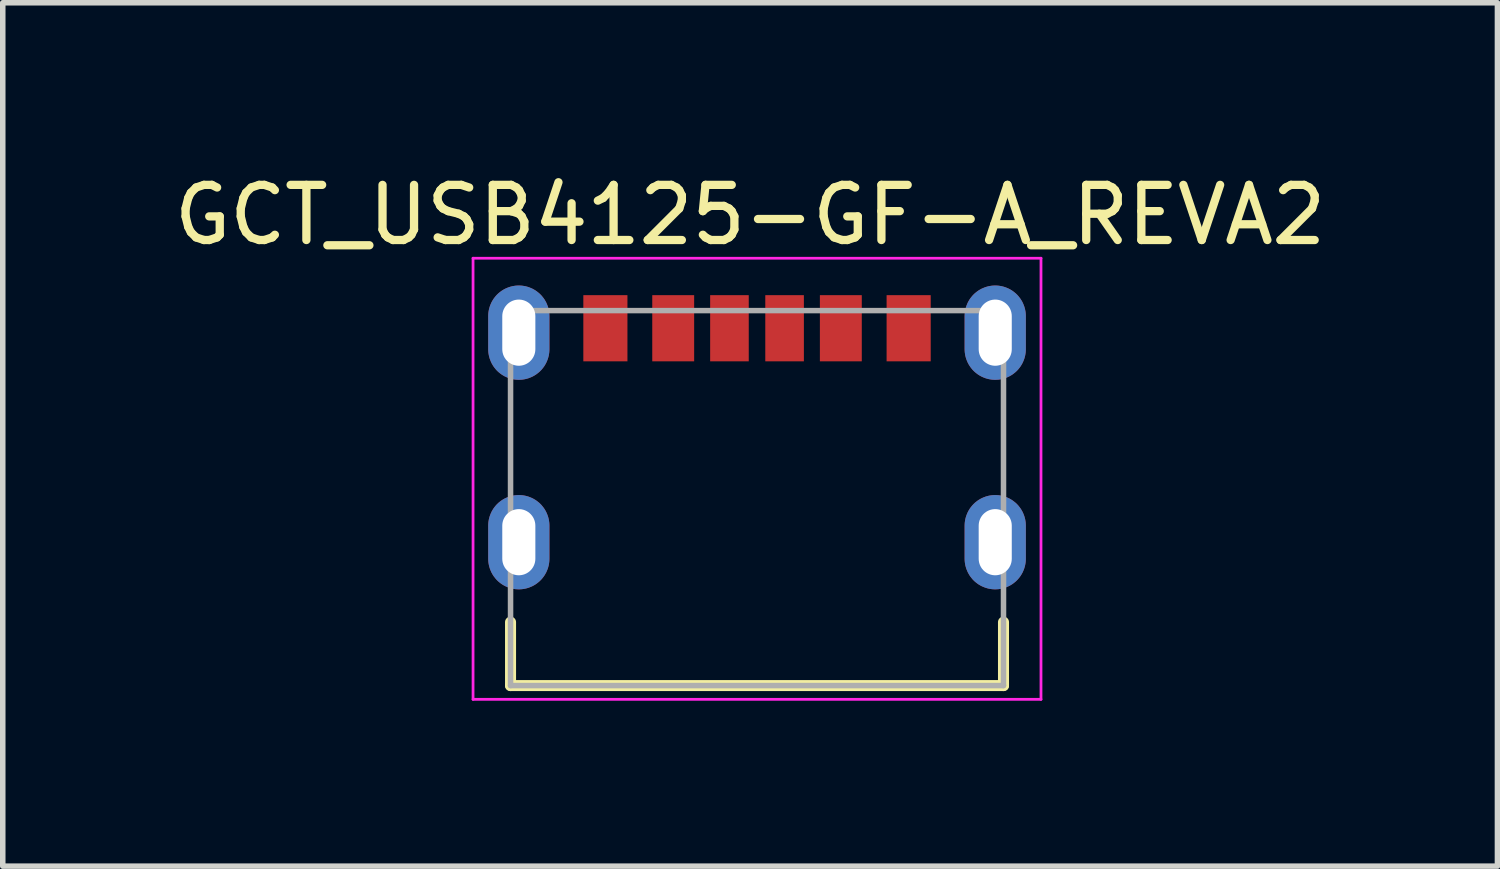
<source format=kicad_pcb>
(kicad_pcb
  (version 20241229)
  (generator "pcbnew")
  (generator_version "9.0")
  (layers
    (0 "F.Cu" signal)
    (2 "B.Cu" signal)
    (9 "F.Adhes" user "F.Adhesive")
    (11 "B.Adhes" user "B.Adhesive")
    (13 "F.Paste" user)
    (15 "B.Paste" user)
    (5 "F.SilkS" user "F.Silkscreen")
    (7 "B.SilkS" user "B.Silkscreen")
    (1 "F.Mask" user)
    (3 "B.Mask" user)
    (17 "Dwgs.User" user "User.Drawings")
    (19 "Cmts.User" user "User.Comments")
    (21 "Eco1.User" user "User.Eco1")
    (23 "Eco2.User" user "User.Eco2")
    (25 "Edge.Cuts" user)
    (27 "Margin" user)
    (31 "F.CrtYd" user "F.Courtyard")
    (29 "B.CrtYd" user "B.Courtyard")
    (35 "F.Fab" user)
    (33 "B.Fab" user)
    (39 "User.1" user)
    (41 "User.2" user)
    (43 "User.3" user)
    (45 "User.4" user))
  (footprint "GCT_USB4125-GF-A_REVA2"
    (layer "F.Cu")
    (at 10.679 5.983)
    (property "Reference" "GCT_USB4125-GF-A_REVA2" (at -0.125 -5.135 0) (layer "F.SilkS") (effects (font (size 1 1) (thickness 0.15))))
    (attr smd)
    (fp_poly (pts (xy -4.32 -3.95) (xy -4.354 -3.949) (xy -4.388 -3.946) (xy -4.422 -3.942) (xy -4.455 -3.936) (xy -4.488 -3.928) (xy -4.521 -3.918) (xy -4.553 -3.907) (xy -4.584 -3.894) (xy -4.615 -3.879) (xy -4.645 -3.863) (xy -4.674 -3.845) (xy -4.702 -3.826) (xy -4.729 -3.805) (xy -4.755 -3.783) (xy -4.78 -3.76) (xy -4.803 -3.735) (xy -4.825 -3.709) (xy -4.846 -3.682) (xy -4.865 -3.654) (xy -4.883 -3.625) (xy -4.899 -3.595) (xy -4.914 -3.564) (xy -4.927 -3.533) (xy -4.938 -3.501) (xy -4.948 -3.468) (xy -4.956 -3.435) (xy -4.962 -3.402) (xy -4.966 -3.368) (xy -4.969 -3.334) (xy -4.97 -3.3) (xy -4.97 -2.7) (xy -4.969 -2.666) (xy -4.966 -2.632) (xy -4.962 -2.598) (xy -4.956 -2.565) (xy -4.948 -2.532) (xy -4.938 -2.499) (xy -4.927 -2.467) (xy -4.914 -2.436) (xy -4.899 -2.405) (xy -4.883 -2.375) (xy -4.865 -2.346) (xy -4.846 -2.318) (xy -4.825 -2.291) (xy -4.803 -2.265) (xy -4.78 -2.24) (xy -4.755 -2.217) (xy -4.729 -2.195) (xy -4.702 -2.174) (xy -4.674 -2.155) (xy -4.645 -2.137) (xy -4.615 -2.121) (xy -4.584 -2.106) (xy -4.553 -2.093) (xy -4.521 -2.082) (xy -4.488 -2.072) (xy -4.455 -2.064) (xy -4.422 -2.058) (xy -4.388 -2.054) (xy -4.354 -2.051) (xy -4.32 -2.05) (xy -4.286 -2.051) (xy -4.252 -2.054) (xy -4.218 -2.058) (xy -4.185 -2.064) (xy -4.152 -2.072) (xy -4.119 -2.082) (xy -4.087 -2.093) (xy -4.056 -2.106) (xy -4.025 -2.121) (xy -3.995 -2.137) (xy -3.966 -2.155) (xy -3.938 -2.174) (xy -3.911 -2.195) (xy -3.885 -2.217) (xy -3.86 -2.24) (xy -3.837 -2.265) (xy -3.815 -2.291) (xy -3.794 -2.318) (xy -3.775 -2.346) (xy -3.757 -2.375) (xy -3.741 -2.405) (xy -3.726 -2.436) (xy -3.713 -2.467) (xy -3.702 -2.499) (xy -3.692 -2.532) (xy -3.684 -2.565) (xy -3.678 -2.598) (xy -3.674 -2.632) (xy -3.671 -2.666) (xy -3.67 -2.7) (xy -3.67 -3.3) (xy -3.671 -3.334) (xy -3.674 -3.368) (xy -3.678 -3.402) (xy -3.684 -3.435) (xy -3.692 -3.468) (xy -3.702 -3.501) (xy -3.713 -3.533) (xy -3.726 -3.564) (xy -3.741 -3.595) (xy -3.757 -3.625) (xy -3.775 -3.654) (xy -3.794 -3.682) (xy -3.815 -3.709) (xy -3.837 -3.735) (xy -3.86 -3.76) (xy -3.885 -3.783) (xy -3.911 -3.805) (xy -3.938 -3.826) (xy -3.966 -3.845) (xy -3.995 -3.863) (xy -4.025 -3.879) (xy -4.056 -3.894) (xy -4.087 -3.907) (xy -4.119 -3.918) (xy -4.152 -3.928) (xy -4.185 -3.936) (xy -4.218 -3.942) (xy -4.252 -3.946) (xy -4.286 -3.949) (xy -4.32 -3.95)) (stroke (width 0.01) (type solid)) (fill yes) (layer "F.Mask"))
    (fp_poly (pts (xy -4.32 -0.15) (xy -4.354 -0.149) (xy -4.388 -0.146) (xy -4.422 -0.142) (xy -4.455 -0.136) (xy -4.488 -0.128) (xy -4.521 -0.118) (xy -4.553 -0.107) (xy -4.584 -0.094) (xy -4.615 -0.079) (xy -4.645 -0.063) (xy -4.674 -0.045) (xy -4.702 -0.026) (xy -4.729 -0.005) (xy -4.755 0.017) (xy -4.78 0.04) (xy -4.803 0.065) (xy -4.825 0.091) (xy -4.846 0.118) (xy -4.865 0.146) (xy -4.883 0.175) (xy -4.899 0.205) (xy -4.914 0.236) (xy -4.927 0.267) (xy -4.938 0.299) (xy -4.948 0.332) (xy -4.956 0.365) (xy -4.962 0.398) (xy -4.966 0.432) (xy -4.969 0.466) (xy -4.97 0.5) (xy -4.97 1.1) (xy -4.969 1.134) (xy -4.966 1.168) (xy -4.962 1.202) (xy -4.956 1.235) (xy -4.948 1.268) (xy -4.938 1.301) (xy -4.927 1.333) (xy -4.914 1.364) (xy -4.899 1.395) (xy -4.883 1.425) (xy -4.865 1.454) (xy -4.846 1.482) (xy -4.825 1.509) (xy -4.803 1.535) (xy -4.78 1.56) (xy -4.755 1.583) (xy -4.729 1.605) (xy -4.702 1.626) (xy -4.674 1.645) (xy -4.645 1.663) (xy -4.615 1.679) (xy -4.584 1.694) (xy -4.553 1.707) (xy -4.521 1.718) (xy -4.488 1.728) (xy -4.455 1.736) (xy -4.422 1.742) (xy -4.388 1.746) (xy -4.354 1.749) (xy -4.32 1.75) (xy -4.286 1.749) (xy -4.252 1.746) (xy -4.218 1.742) (xy -4.185 1.736) (xy -4.152 1.728) (xy -4.119 1.718) (xy -4.087 1.707) (xy -4.056 1.694) (xy -4.025 1.679) (xy -3.995 1.663) (xy -3.966 1.645) (xy -3.938 1.626) (xy -3.911 1.605) (xy -3.885 1.583) (xy -3.86 1.56) (xy -3.837 1.535) (xy -3.815 1.509) (xy -3.794 1.482) (xy -3.775 1.454) (xy -3.757 1.425) (xy -3.741 1.395) (xy -3.726 1.364) (xy -3.713 1.333) (xy -3.702 1.301) (xy -3.692 1.268) (xy -3.684 1.235) (xy -3.678 1.202) (xy -3.674 1.168) (xy -3.671 1.134) (xy -3.67 1.1) (xy -3.67 0.5) (xy -3.671 0.466) (xy -3.674 0.432) (xy -3.678 0.398) (xy -3.684 0.365) (xy -3.692 0.332) (xy -3.702 0.299) (xy -3.713 0.267) (xy -3.726 0.236) (xy -3.741 0.205) (xy -3.757 0.175) (xy -3.775 0.146) (xy -3.794 0.118) (xy -3.815 0.091) (xy -3.837 0.065) (xy -3.86 0.04) (xy -3.885 0.017) (xy -3.911 -0.005) (xy -3.938 -0.026) (xy -3.966 -0.045) (xy -3.995 -0.063) (xy -4.025 -0.079) (xy -4.056 -0.094) (xy -4.087 -0.107) (xy -4.119 -0.118) (xy -4.152 -0.128) (xy -4.185 -0.136) (xy -4.218 -0.142) (xy -4.252 -0.146) (xy -4.286 -0.149) (xy -4.32 -0.15)) (stroke (width 0.01) (type solid)) (fill yes) (layer "F.Mask"))
    (fp_poly (pts (xy 4.32 -3.95) (xy 4.286 -3.949) (xy 4.252 -3.946) (xy 4.218 -3.942) (xy 4.185 -3.936) (xy 4.152 -3.928) (xy 4.119 -3.918) (xy 4.087 -3.907) (xy 4.056 -3.894) (xy 4.025 -3.879) (xy 3.995 -3.863) (xy 3.966 -3.845) (xy 3.938 -3.826) (xy 3.911 -3.805) (xy 3.885 -3.783) (xy 3.86 -3.76) (xy 3.837 -3.735) (xy 3.815 -3.709) (xy 3.794 -3.682) (xy 3.775 -3.654) (xy 3.757 -3.625) (xy 3.741 -3.595) (xy 3.726 -3.564) (xy 3.713 -3.533) (xy 3.702 -3.501) (xy 3.692 -3.468) (xy 3.684 -3.435) (xy 3.678 -3.402) (xy 3.674 -3.368) (xy 3.671 -3.334) (xy 3.67 -3.3) (xy 3.67 -2.7) (xy 3.671 -2.666) (xy 3.674 -2.632) (xy 3.678 -2.598) (xy 3.684 -2.565) (xy 3.692 -2.532) (xy 3.702 -2.499) (xy 3.713 -2.467) (xy 3.726 -2.436) (xy 3.741 -2.405) (xy 3.757 -2.375) (xy 3.775 -2.346) (xy 3.794 -2.318) (xy 3.815 -2.291) (xy 3.837 -2.265) (xy 3.86 -2.24) (xy 3.885 -2.217) (xy 3.911 -2.195) (xy 3.938 -2.174) (xy 3.966 -2.155) (xy 3.995 -2.137) (xy 4.025 -2.121) (xy 4.056 -2.106) (xy 4.087 -2.093) (xy 4.119 -2.082) (xy 4.152 -2.072) (xy 4.185 -2.064) (xy 4.218 -2.058) (xy 4.252 -2.054) (xy 4.286 -2.051) (xy 4.32 -2.05) (xy 4.354 -2.051) (xy 4.388 -2.054) (xy 4.422 -2.058) (xy 4.455 -2.064) (xy 4.488 -2.072) (xy 4.521 -2.082) (xy 4.553 -2.093) (xy 4.584 -2.106) (xy 4.615 -2.121) (xy 4.645 -2.137) (xy 4.674 -2.155) (xy 4.702 -2.174) (xy 4.729 -2.195) (xy 4.755 -2.217) (xy 4.78 -2.24) (xy 4.803 -2.265) (xy 4.825 -2.291) (xy 4.846 -2.318) (xy 4.865 -2.346) (xy 4.883 -2.375) (xy 4.899 -2.405) (xy 4.914 -2.436) (xy 4.927 -2.467) (xy 4.938 -2.499) (xy 4.948 -2.532) (xy 4.956 -2.565) (xy 4.962 -2.598) (xy 4.966 -2.632) (xy 4.969 -2.666) (xy 4.97 -2.7) (xy 4.97 -3.3) (xy 4.969 -3.334) (xy 4.966 -3.368) (xy 4.962 -3.402) (xy 4.956 -3.435) (xy 4.948 -3.468) (xy 4.938 -3.501) (xy 4.927 -3.533) (xy 4.914 -3.564) (xy 4.899 -3.595) (xy 4.883 -3.625) (xy 4.865 -3.654) (xy 4.846 -3.682) (xy 4.825 -3.709) (xy 4.803 -3.735) (xy 4.78 -3.76) (xy 4.755 -3.783) (xy 4.729 -3.805) (xy 4.702 -3.826) (xy 4.674 -3.845) (xy 4.645 -3.863) (xy 4.615 -3.879) (xy 4.584 -3.894) (xy 4.553 -3.907) (xy 4.521 -3.918) (xy 4.488 -3.928) (xy 4.455 -3.936) (xy 4.422 -3.942) (xy 4.388 -3.946) (xy 4.354 -3.949) (xy 4.32 -3.95)) (stroke (width 0.01) (type solid)) (fill yes) (layer "F.Mask"))
    (fp_poly (pts (xy 4.32 -0.15) (xy 4.286 -0.149) (xy 4.252 -0.146) (xy 4.218 -0.142) (xy 4.185 -0.136) (xy 4.152 -0.128) (xy 4.119 -0.118) (xy 4.087 -0.107) (xy 4.056 -0.094) (xy 4.025 -0.079) (xy 3.995 -0.063) (xy 3.966 -0.045) (xy 3.938 -0.026) (xy 3.911 -0.005) (xy 3.885 0.017) (xy 3.86 0.04) (xy 3.837 0.065) (xy 3.815 0.091) (xy 3.794 0.118) (xy 3.775 0.146) (xy 3.757 0.175) (xy 3.741 0.205) (xy 3.726 0.236) (xy 3.713 0.267) (xy 3.702 0.299) (xy 3.692 0.332) (xy 3.684 0.365) (xy 3.678 0.398) (xy 3.674 0.432) (xy 3.671 0.466) (xy 3.67 0.5) (xy 3.67 1.1) (xy 3.671 1.134) (xy 3.674 1.168) (xy 3.678 1.202) (xy 3.684 1.235) (xy 3.692 1.268) (xy 3.702 1.301) (xy 3.713 1.333) (xy 3.726 1.364) (xy 3.741 1.395) (xy 3.757 1.425) (xy 3.775 1.454) (xy 3.794 1.482) (xy 3.815 1.509) (xy 3.837 1.535) (xy 3.86 1.56) (xy 3.885 1.583) (xy 3.911 1.605) (xy 3.938 1.626) (xy 3.966 1.645) (xy 3.995 1.663) (xy 4.025 1.679) (xy 4.056 1.694) (xy 4.087 1.707) (xy 4.119 1.718) (xy 4.152 1.728) (xy 4.185 1.736) (xy 4.218 1.742) (xy 4.252 1.746) (xy 4.286 1.749) (xy 4.32 1.75) (xy 4.354 1.749) (xy 4.388 1.746) (xy 4.422 1.742) (xy 4.455 1.736) (xy 4.488 1.728) (xy 4.521 1.718) (xy 4.553 1.707) (xy 4.584 1.694) (xy 4.615 1.679) (xy 4.645 1.663) (xy 4.674 1.645) (xy 4.702 1.626) (xy 4.729 1.605) (xy 4.755 1.583) (xy 4.78 1.56) (xy 4.803 1.535) (xy 4.825 1.509) (xy 4.846 1.482) (xy 4.865 1.454) (xy 4.883 1.425) (xy 4.899 1.395) (xy 4.914 1.364) (xy 4.927 1.333) (xy 4.938 1.301) (xy 4.948 1.268) (xy 4.956 1.235) (xy 4.962 1.202) (xy 4.966 1.168) (xy 4.969 1.134) (xy 4.97 1.1) (xy 4.97 0.5) (xy 4.969 0.466) (xy 4.966 0.432) (xy 4.962 0.398) (xy 4.956 0.365) (xy 4.948 0.332) (xy 4.938 0.299) (xy 4.927 0.267) (xy 4.914 0.236) (xy 4.899 0.205) (xy 4.883 0.175) (xy 4.865 0.146) (xy 4.846 0.118) (xy 4.825 0.091) (xy 4.803 0.065) (xy 4.78 0.04) (xy 4.755 0.017) (xy 4.729 -0.005) (xy 4.702 -0.026) (xy 4.674 -0.045) (xy 4.645 -0.063) (xy 4.615 -0.079) (xy 4.584 -0.094) (xy 4.553 -0.107) (xy 4.521 -0.118) (xy 4.488 -0.128) (xy 4.455 -0.136) (xy 4.422 -0.142) (xy 4.388 -0.146) (xy 4.354 -0.149) (xy 4.32 -0.15)) (stroke (width 0.01) (type solid)) (fill yes) (layer "F.Mask"))
    (fp_poly (pts (xy -4.32 -3.95) (xy -4.354 -3.949) (xy -4.388 -3.946) (xy -4.422 -3.942) (xy -4.455 -3.936) (xy -4.488 -3.928) (xy -4.521 -3.918) (xy -4.553 -3.907) (xy -4.584 -3.894) (xy -4.615 -3.879) (xy -4.645 -3.863) (xy -4.674 -3.845) (xy -4.702 -3.826) (xy -4.729 -3.805) (xy -4.755 -3.783) (xy -4.78 -3.76) (xy -4.803 -3.735) (xy -4.825 -3.709) (xy -4.846 -3.682) (xy -4.865 -3.654) (xy -4.883 -3.625) (xy -4.899 -3.595) (xy -4.914 -3.564) (xy -4.927 -3.533) (xy -4.938 -3.501) (xy -4.948 -3.468) (xy -4.956 -3.435) (xy -4.962 -3.402) (xy -4.966 -3.368) (xy -4.969 -3.334) (xy -4.97 -3.3) (xy -4.97 -2.7) (xy -4.969 -2.666) (xy -4.966 -2.632) (xy -4.962 -2.598) (xy -4.956 -2.565) (xy -4.948 -2.532) (xy -4.938 -2.499) (xy -4.927 -2.467) (xy -4.914 -2.436) (xy -4.899 -2.405) (xy -4.883 -2.375) (xy -4.865 -2.346) (xy -4.846 -2.318) (xy -4.825 -2.291) (xy -4.803 -2.265) (xy -4.78 -2.24) (xy -4.755 -2.217) (xy -4.729 -2.195) (xy -4.702 -2.174) (xy -4.674 -2.155) (xy -4.645 -2.137) (xy -4.615 -2.121) (xy -4.584 -2.106) (xy -4.553 -2.093) (xy -4.521 -2.082) (xy -4.488 -2.072) (xy -4.455 -2.064) (xy -4.422 -2.058) (xy -4.388 -2.054) (xy -4.354 -2.051) (xy -4.32 -2.05) (xy -4.286 -2.051) (xy -4.252 -2.054) (xy -4.218 -2.058) (xy -4.185 -2.064) (xy -4.152 -2.072) (xy -4.119 -2.082) (xy -4.087 -2.093) (xy -4.056 -2.106) (xy -4.025 -2.121) (xy -3.995 -2.137) (xy -3.966 -2.155) (xy -3.938 -2.174) (xy -3.911 -2.195) (xy -3.885 -2.217) (xy -3.86 -2.24) (xy -3.837 -2.265) (xy -3.815 -2.291) (xy -3.794 -2.318) (xy -3.775 -2.346) (xy -3.757 -2.375) (xy -3.741 -2.405) (xy -3.726 -2.436) (xy -3.713 -2.467) (xy -3.702 -2.499) (xy -3.692 -2.532) (xy -3.684 -2.565) (xy -3.678 -2.598) (xy -3.674 -2.632) (xy -3.671 -2.666) (xy -3.67 -2.7) (xy -3.67 -3.3) (xy -3.671 -3.334) (xy -3.674 -3.368) (xy -3.678 -3.402) (xy -3.684 -3.435) (xy -3.692 -3.468) (xy -3.702 -3.501) (xy -3.713 -3.533) (xy -3.726 -3.564) (xy -3.741 -3.595) (xy -3.757 -3.625) (xy -3.775 -3.654) (xy -3.794 -3.682) (xy -3.815 -3.709) (xy -3.837 -3.735) (xy -3.86 -3.76) (xy -3.885 -3.783) (xy -3.911 -3.805) (xy -3.938 -3.826) (xy -3.966 -3.845) (xy -3.995 -3.863) (xy -4.025 -3.879) (xy -4.056 -3.894) (xy -4.087 -3.907) (xy -4.119 -3.918) (xy -4.152 -3.928) (xy -4.185 -3.936) (xy -4.218 -3.942) (xy -4.252 -3.946) (xy -4.286 -3.949) (xy -4.32 -3.95)) (stroke (width 0.01) (type solid)) (fill yes) (layer "B.Mask"))
    (fp_poly (pts (xy -4.32 -0.15) (xy -4.354 -0.149) (xy -4.388 -0.146) (xy -4.422 -0.142) (xy -4.455 -0.136) (xy -4.488 -0.128) (xy -4.521 -0.118) (xy -4.553 -0.107) (xy -4.584 -0.094) (xy -4.615 -0.079) (xy -4.645 -0.063) (xy -4.674 -0.045) (xy -4.702 -0.026) (xy -4.729 -0.005) (xy -4.755 0.017) (xy -4.78 0.04) (xy -4.803 0.065) (xy -4.825 0.091) (xy -4.846 0.118) (xy -4.865 0.146) (xy -4.883 0.175) (xy -4.899 0.205) (xy -4.914 0.236) (xy -4.927 0.267) (xy -4.938 0.299) (xy -4.948 0.332) (xy -4.956 0.365) (xy -4.962 0.398) (xy -4.966 0.432) (xy -4.969 0.466) (xy -4.97 0.5) (xy -4.97 1.1) (xy -4.969 1.134) (xy -4.966 1.168) (xy -4.962 1.202) (xy -4.956 1.235) (xy -4.948 1.268) (xy -4.938 1.301) (xy -4.927 1.333) (xy -4.914 1.364) (xy -4.899 1.395) (xy -4.883 1.425) (xy -4.865 1.454) (xy -4.846 1.482) (xy -4.825 1.509) (xy -4.803 1.535) (xy -4.78 1.56) (xy -4.755 1.583) (xy -4.729 1.605) (xy -4.702 1.626) (xy -4.674 1.645) (xy -4.645 1.663) (xy -4.615 1.679) (xy -4.584 1.694) (xy -4.553 1.707) (xy -4.521 1.718) (xy -4.488 1.728) (xy -4.455 1.736) (xy -4.422 1.742) (xy -4.388 1.746) (xy -4.354 1.749) (xy -4.32 1.75) (xy -4.286 1.749) (xy -4.252 1.746) (xy -4.218 1.742) (xy -4.185 1.736) (xy -4.152 1.728) (xy -4.119 1.718) (xy -4.087 1.707) (xy -4.056 1.694) (xy -4.025 1.679) (xy -3.995 1.663) (xy -3.966 1.645) (xy -3.938 1.626) (xy -3.911 1.605) (xy -3.885 1.583) (xy -3.86 1.56) (xy -3.837 1.535) (xy -3.815 1.509) (xy -3.794 1.482) (xy -3.775 1.454) (xy -3.757 1.425) (xy -3.741 1.395) (xy -3.726 1.364) (xy -3.713 1.333) (xy -3.702 1.301) (xy -3.692 1.268) (xy -3.684 1.235) (xy -3.678 1.202) (xy -3.674 1.168) (xy -3.671 1.134) (xy -3.67 1.1) (xy -3.67 0.5) (xy -3.671 0.466) (xy -3.674 0.432) (xy -3.678 0.398) (xy -3.684 0.365) (xy -3.692 0.332) (xy -3.702 0.299) (xy -3.713 0.267) (xy -3.726 0.236) (xy -3.741 0.205) (xy -3.757 0.175) (xy -3.775 0.146) (xy -3.794 0.118) (xy -3.815 0.091) (xy -3.837 0.065) (xy -3.86 0.04) (xy -3.885 0.017) (xy -3.911 -0.005) (xy -3.938 -0.026) (xy -3.966 -0.045) (xy -3.995 -0.063) (xy -4.025 -0.079) (xy -4.056 -0.094) (xy -4.087 -0.107) (xy -4.119 -0.118) (xy -4.152 -0.128) (xy -4.185 -0.136) (xy -4.218 -0.142) (xy -4.252 -0.146) (xy -4.286 -0.149) (xy -4.32 -0.15)) (stroke (width 0.01) (type solid)) (fill yes) (layer "B.Mask"))
    (fp_poly (pts (xy 4.32 -3.95) (xy 4.286 -3.949) (xy 4.252 -3.946) (xy 4.218 -3.942) (xy 4.185 -3.936) (xy 4.152 -3.928) (xy 4.119 -3.918) (xy 4.087 -3.907) (xy 4.056 -3.894) (xy 4.025 -3.879) (xy 3.995 -3.863) (xy 3.966 -3.845) (xy 3.938 -3.826) (xy 3.911 -3.805) (xy 3.885 -3.783) (xy 3.86 -3.76) (xy 3.837 -3.735) (xy 3.815 -3.709) (xy 3.794 -3.682) (xy 3.775 -3.654) (xy 3.757 -3.625) (xy 3.741 -3.595) (xy 3.726 -3.564) (xy 3.713 -3.533) (xy 3.702 -3.501) (xy 3.692 -3.468) (xy 3.684 -3.435) (xy 3.678 -3.402) (xy 3.674 -3.368) (xy 3.671 -3.334) (xy 3.67 -3.3) (xy 3.67 -2.7) (xy 3.671 -2.666) (xy 3.674 -2.632) (xy 3.678 -2.598) (xy 3.684 -2.565) (xy 3.692 -2.532) (xy 3.702 -2.499) (xy 3.713 -2.467) (xy 3.726 -2.436) (xy 3.741 -2.405) (xy 3.757 -2.375) (xy 3.775 -2.346) (xy 3.794 -2.318) (xy 3.815 -2.291) (xy 3.837 -2.265) (xy 3.86 -2.24) (xy 3.885 -2.217) (xy 3.911 -2.195) (xy 3.938 -2.174) (xy 3.966 -2.155) (xy 3.995 -2.137) (xy 4.025 -2.121) (xy 4.056 -2.106) (xy 4.087 -2.093) (xy 4.119 -2.082) (xy 4.152 -2.072) (xy 4.185 -2.064) (xy 4.218 -2.058) (xy 4.252 -2.054) (xy 4.286 -2.051) (xy 4.32 -2.05) (xy 4.354 -2.051) (xy 4.388 -2.054) (xy 4.422 -2.058) (xy 4.455 -2.064) (xy 4.488 -2.072) (xy 4.521 -2.082) (xy 4.553 -2.093) (xy 4.584 -2.106) (xy 4.615 -2.121) (xy 4.645 -2.137) (xy 4.674 -2.155) (xy 4.702 -2.174) (xy 4.729 -2.195) (xy 4.755 -2.217) (xy 4.78 -2.24) (xy 4.803 -2.265) (xy 4.825 -2.291) (xy 4.846 -2.318) (xy 4.865 -2.346) (xy 4.883 -2.375) (xy 4.899 -2.405) (xy 4.914 -2.436) (xy 4.927 -2.467) (xy 4.938 -2.499) (xy 4.948 -2.532) (xy 4.956 -2.565) (xy 4.962 -2.598) (xy 4.966 -2.632) (xy 4.969 -2.666) (xy 4.97 -2.7) (xy 4.97 -3.3) (xy 4.969 -3.334) (xy 4.966 -3.368) (xy 4.962 -3.402) (xy 4.956 -3.435) (xy 4.948 -3.468) (xy 4.938 -3.501) (xy 4.927 -3.533) (xy 4.914 -3.564) (xy 4.899 -3.595) (xy 4.883 -3.625) (xy 4.865 -3.654) (xy 4.846 -3.682) (xy 4.825 -3.709) (xy 4.803 -3.735) (xy 4.78 -3.76) (xy 4.755 -3.783) (xy 4.729 -3.805) (xy 4.702 -3.826) (xy 4.674 -3.845) (xy 4.645 -3.863) (xy 4.615 -3.879) (xy 4.584 -3.894) (xy 4.553 -3.907) (xy 4.521 -3.918) (xy 4.488 -3.928) (xy 4.455 -3.936) (xy 4.422 -3.942) (xy 4.388 -3.946) (xy 4.354 -3.949) (xy 4.32 -3.95)) (stroke (width 0.01) (type solid)) (fill yes) (layer "B.Mask"))
    (fp_poly (pts (xy 4.32 -0.15) (xy 4.286 -0.149) (xy 4.252 -0.146) (xy 4.218 -0.142) (xy 4.185 -0.136) (xy 4.152 -0.128) (xy 4.119 -0.118) (xy 4.087 -0.107) (xy 4.056 -0.094) (xy 4.025 -0.079) (xy 3.995 -0.063) (xy 3.966 -0.045) (xy 3.938 -0.026) (xy 3.911 -0.005) (xy 3.885 0.017) (xy 3.86 0.04) (xy 3.837 0.065) (xy 3.815 0.091) (xy 3.794 0.118) (xy 3.775 0.146) (xy 3.757 0.175) (xy 3.741 0.205) (xy 3.726 0.236) (xy 3.713 0.267) (xy 3.702 0.299) (xy 3.692 0.332) (xy 3.684 0.365) (xy 3.678 0.398) (xy 3.674 0.432) (xy 3.671 0.466) (xy 3.67 0.5) (xy 3.67 1.1) (xy 3.671 1.134) (xy 3.674 1.168) (xy 3.678 1.202) (xy 3.684 1.235) (xy 3.692 1.268) (xy 3.702 1.301) (xy 3.713 1.333) (xy 3.726 1.364) (xy 3.741 1.395) (xy 3.757 1.425) (xy 3.775 1.454) (xy 3.794 1.482) (xy 3.815 1.509) (xy 3.837 1.535) (xy 3.86 1.56) (xy 3.885 1.583) (xy 3.911 1.605) (xy 3.938 1.626) (xy 3.966 1.645) (xy 3.995 1.663) (xy 4.025 1.679) (xy 4.056 1.694) (xy 4.087 1.707) (xy 4.119 1.718) (xy 4.152 1.728) (xy 4.185 1.736) (xy 4.218 1.742) (xy 4.252 1.746) (xy 4.286 1.749) (xy 4.32 1.75) (xy 4.354 1.749) (xy 4.388 1.746) (xy 4.422 1.742) (xy 4.455 1.736) (xy 4.488 1.728) (xy 4.521 1.718) (xy 4.553 1.707) (xy 4.584 1.694) (xy 4.615 1.679) (xy 4.645 1.663) (xy 4.674 1.645) (xy 4.702 1.626) (xy 4.729 1.605) (xy 4.755 1.583) (xy 4.78 1.56) (xy 4.803 1.535) (xy 4.825 1.509) (xy 4.846 1.482) (xy 4.865 1.454) (xy 4.883 1.425) (xy 4.899 1.395) (xy 4.914 1.364) (xy 4.927 1.333) (xy 4.938 1.301) (xy 4.948 1.268) (xy 4.956 1.235) (xy 4.962 1.202) (xy 4.966 1.168) (xy 4.969 1.134) (xy 4.97 1.1) (xy 4.97 0.5) (xy 4.969 0.466) (xy 4.966 0.432) (xy 4.962 0.398) (xy 4.956 0.365) (xy 4.948 0.332) (xy 4.938 0.299) (xy 4.927 0.267) (xy 4.914 0.236) (xy 4.899 0.205) (xy 4.883 0.175) (xy 4.865 0.146) (xy 4.846 0.118) (xy 4.825 0.091) (xy 4.803 0.065) (xy 4.78 0.04) (xy 4.755 0.017) (xy 4.729 -0.005) (xy 4.702 -0.026) (xy 4.674 -0.045) (xy 4.645 -0.063) (xy 4.615 -0.079) (xy 4.584 -0.094) (xy 4.553 -0.107) (xy 4.521 -0.118) (xy 4.488 -0.128) (xy 4.455 -0.136) (xy 4.422 -0.142) (xy 4.388 -0.146) (xy 4.354 -0.149) (xy 4.32 -0.15)) (stroke (width 0.01) (type solid)) (fill yes) (layer "B.Mask"))
    (fp_line (start -4.47 2.25) (end -4.47 3.4) (stroke (width 0.2) (type solid)) (layer "F.SilkS"))
    (fp_line (start -4.47 3.4) (end 4.47 3.4) (stroke (width 0.2) (type solid)) (layer "F.SilkS"))
    (fp_line (start 4.47 3.4) (end 4.47 2.25) (stroke (width 0.2) (type solid)) (layer "F.SilkS"))
    (fp_line (start -5.15 -4.35) (end 5.15 -4.35) (stroke (width 0.05) (type solid)) (layer "F.CrtYd"))
    (fp_line (start -5.15 3.65) (end -5.15 -4.35) (stroke (width 0.05) (type solid)) (layer "F.CrtYd"))
    (fp_line (start 5.15 -4.35) (end 5.15 3.65) (stroke (width 0.05) (type solid)) (layer "F.CrtYd"))
    (fp_line (start 5.15 3.65) (end -5.15 3.65) (stroke (width 0.05) (type solid)) (layer "F.CrtYd"))
    (fp_line (start -4.47 -3.4) (end 4.47 -3.4) (stroke (width 0.1) (type solid)) (layer "F.Fab"))
    (fp_line (start -4.47 3.4) (end -4.47 -3.4) (stroke (width 0.1) (type solid)) (layer "F.Fab"))
    (fp_line (start 4.47 -3.4) (end 4.47 3.4) (stroke (width 0.1) (type solid)) (layer "F.Fab"))
    (fp_line (start 4.47 3.4) (end -4.47 3.4) (stroke (width 0.1) (type solid)) (layer "F.Fab"))
    (pad "A5" smd rect (at -0.5 -3.08) (size 0.7 1.2) (layers "F.Cu" "F.Mask" "F.Paste"))
    (pad "A9" smd rect (at 1.52 -3.08) (size 0.76 1.2) (layers "F.Cu" "F.Mask" "F.Paste"))
    (pad "A12" smd rect (at 2.75 -3.08) (size 0.8 1.2) (layers "F.Cu" "F.Mask" "F.Paste"))
    (pad "B5" smd rect (at 0.5 -3.08) (size 0.7 1.2) (layers "F.Cu" "F.Mask" "F.Paste"))
    (pad "B9" smd rect (at -1.52 -3.08) (size 0.76 1.2) (layers "F.Cu" "F.Mask" "F.Paste"))
    (pad "B12" smd rect (at -2.75 -3.08) (size 0.8 1.2) (layers "F.Cu" "F.Mask" "F.Paste"))
    (pad "S1" thru_hole custom (at -4.32 -3) (size 0.8 1.6) (drill oval 0.6 1.2) (layers "*.Cu") (options (anchor circle)) (primitives (gr_poly (pts (xy 0 -0.85) (xy -0.029 -0.849) (xy -0.057 -0.847) (xy -0.086 -0.843) (xy -0.114 -0.838) (xy -0.142 -0.831) (xy -0.17 -0.823) (xy -0.197 -0.813) (xy -0.224 -0.802) (xy -0.25 -0.79) (xy -0.275 -0.776) (xy -0.3 -0.761) (xy -0.323 -0.745) (xy -0.346 -0.727) (xy -0.368 -0.709) (xy -0.389 -0.689) (xy -0.409 -0.668) (xy -0.427 -0.646) (xy -0.445 -0.623) (xy -0.461 -0.6) (xy -0.476 -0.575) (xy -0.49 -0.55) (xy -0.502 -0.524) (xy -0.513 -0.497) (xy -0.523 -0.47) (xy -0.531 -0.442) (xy -0.538 -0.414) (xy -0.543 -0.386) (xy -0.547 -0.357) (xy -0.549 -0.329) (xy -0.55 -0.3) (xy -0.55 0.3) (xy -0.549 0.329) (xy -0.547 0.357) (xy -0.543 0.386) (xy -0.538 0.414) (xy -0.531 0.442) (xy -0.523 0.47) (xy -0.513 0.497) (xy -0.502 0.524) (xy -0.49 0.55) (xy -0.476 0.575) (xy -0.461 0.6) (xy -0.445 0.623) (xy -0.427 0.646) (xy -0.409 0.668) (xy -0.389 0.689) (xy -0.368 0.709) (xy -0.346 0.727) (xy -0.323 0.745) (xy -0.3 0.761) (xy -0.275 0.776) (xy -0.25 0.79) (xy -0.224 0.802) (xy -0.197 0.813) (xy -0.17 0.823) (xy -0.142 0.831) (xy -0.114 0.838) (xy -0.086 0.843) (xy -0.057 0.847) (xy -0.029 0.849) (xy 0 0.85) (xy 0.029 0.849) (xy 0.057 0.847) (xy 0.086 0.843) (xy 0.114 0.838) (xy 0.142 0.831) (xy 0.17 0.823) (xy 0.197 0.813) (xy 0.224 0.802) (xy 0.25 0.79) (xy 0.275 0.776) (xy 0.3 0.761) (xy 0.323 0.745) (xy 0.346 0.727) (xy 0.368 0.709) (xy 0.389 0.689) (xy 0.409 0.668) (xy 0.427 0.646) (xy 0.445 0.623) (xy 0.461 0.6) (xy 0.476 0.575) (xy 0.49 0.55) (xy 0.502 0.524) (xy 0.513 0.497) (xy 0.523 0.47) (xy 0.531 0.442) (xy 0.538 0.414) (xy 0.543 0.386) (xy 0.547 0.357) (xy 0.549 0.329) (xy 0.55 0.3) (xy 0.55 -0.3) (xy 0.549 -0.329) (xy 0.547 -0.357) (xy 0.543 -0.386) (xy 0.538 -0.414) (xy 0.531 -0.442) (xy 0.523 -0.47) (xy 0.513 -0.497) (xy 0.502 -0.524) (xy 0.49 -0.55) (xy 0.476 -0.575) (xy 0.461 -0.6) (xy 0.445 -0.623) (xy 0.427 -0.646) (xy 0.409 -0.668) (xy 0.389 -0.689) (xy 0.368 -0.709) (xy 0.346 -0.727) (xy 0.323 -0.745) (xy 0.3 -0.761) (xy 0.275 -0.776) (xy 0.25 -0.79) (xy 0.224 -0.802) (xy 0.197 -0.813) (xy 0.17 -0.823) (xy 0.142 -0.831) (xy 0.114 -0.838) (xy 0.086 -0.843) (xy 0.057 -0.847) (xy 0.029 -0.849) (xy 0 -0.85)) (width 0.01) (fill yes))))
    (pad "S2" thru_hole custom (at 4.32 -3) (size 0.8 1.6) (drill oval 0.6 1.2) (layers "*.Cu") (options (anchor circle)) (primitives (gr_poly (pts (xy 0 -0.85) (xy -0.029 -0.849) (xy -0.057 -0.847) (xy -0.086 -0.843) (xy -0.114 -0.838) (xy -0.142 -0.831) (xy -0.17 -0.823) (xy -0.197 -0.813) (xy -0.224 -0.802) (xy -0.25 -0.79) (xy -0.275 -0.776) (xy -0.3 -0.761) (xy -0.323 -0.745) (xy -0.346 -0.727) (xy -0.368 -0.709) (xy -0.389 -0.689) (xy -0.409 -0.668) (xy -0.427 -0.646) (xy -0.445 -0.623) (xy -0.461 -0.6) (xy -0.476 -0.575) (xy -0.49 -0.55) (xy -0.502 -0.524) (xy -0.513 -0.497) (xy -0.523 -0.47) (xy -0.531 -0.442) (xy -0.538 -0.414) (xy -0.543 -0.386) (xy -0.547 -0.357) (xy -0.549 -0.329) (xy -0.55 -0.3) (xy -0.55 0.3) (xy -0.549 0.329) (xy -0.547 0.357) (xy -0.543 0.386) (xy -0.538 0.414) (xy -0.531 0.442) (xy -0.523 0.47) (xy -0.513 0.497) (xy -0.502 0.524) (xy -0.49 0.55) (xy -0.476 0.575) (xy -0.461 0.6) (xy -0.445 0.623) (xy -0.427 0.646) (xy -0.409 0.668) (xy -0.389 0.689) (xy -0.368 0.709) (xy -0.346 0.727) (xy -0.323 0.745) (xy -0.3 0.761) (xy -0.275 0.776) (xy -0.25 0.79) (xy -0.224 0.802) (xy -0.197 0.813) (xy -0.17 0.823) (xy -0.142 0.831) (xy -0.114 0.838) (xy -0.086 0.843) (xy -0.057 0.847) (xy -0.029 0.849) (xy 0 0.85) (xy 0.029 0.849) (xy 0.057 0.847) (xy 0.086 0.843) (xy 0.114 0.838) (xy 0.142 0.831) (xy 0.17 0.823) (xy 0.197 0.813) (xy 0.224 0.802) (xy 0.25 0.79) (xy 0.275 0.776) (xy 0.3 0.761) (xy 0.323 0.745) (xy 0.346 0.727) (xy 0.368 0.709) (xy 0.389 0.689) (xy 0.409 0.668) (xy 0.427 0.646) (xy 0.445 0.623) (xy 0.461 0.6) (xy 0.476 0.575) (xy 0.49 0.55) (xy 0.502 0.524) (xy 0.513 0.497) (xy 0.523 0.47) (xy 0.531 0.442) (xy 0.538 0.414) (xy 0.543 0.386) (xy 0.547 0.357) (xy 0.549 0.329) (xy 0.55 0.3) (xy 0.55 -0.3) (xy 0.549 -0.329) (xy 0.547 -0.357) (xy 0.543 -0.386) (xy 0.538 -0.414) (xy 0.531 -0.442) (xy 0.523 -0.47) (xy 0.513 -0.497) (xy 0.502 -0.524) (xy 0.49 -0.55) (xy 0.476 -0.575) (xy 0.461 -0.6) (xy 0.445 -0.623) (xy 0.427 -0.646) (xy 0.409 -0.668) (xy 0.389 -0.689) (xy 0.368 -0.709) (xy 0.346 -0.727) (xy 0.323 -0.745) (xy 0.3 -0.761) (xy 0.275 -0.776) (xy 0.25 -0.79) (xy 0.224 -0.802) (xy 0.197 -0.813) (xy 0.17 -0.823) (xy 0.142 -0.831) (xy 0.114 -0.838) (xy 0.086 -0.843) (xy 0.057 -0.847) (xy 0.029 -0.849) (xy 0 -0.85)) (width 0.01) (fill yes))))
    (pad "S3" thru_hole custom (at -4.32 0.8) (size 0.8 1.6) (drill oval 0.6 1.2) (layers "*.Cu") (options (anchor circle)) (primitives (gr_poly (pts (xy 0 -0.85) (xy -0.029 -0.849) (xy -0.057 -0.847) (xy -0.086 -0.843) (xy -0.114 -0.838) (xy -0.142 -0.831) (xy -0.17 -0.823) (xy -0.197 -0.813) (xy -0.224 -0.802) (xy -0.25 -0.79) (xy -0.275 -0.776) (xy -0.3 -0.761) (xy -0.323 -0.745) (xy -0.346 -0.727) (xy -0.368 -0.709) (xy -0.389 -0.689) (xy -0.409 -0.668) (xy -0.427 -0.646) (xy -0.445 -0.623) (xy -0.461 -0.6) (xy -0.476 -0.575) (xy -0.49 -0.55) (xy -0.502 -0.524) (xy -0.513 -0.497) (xy -0.523 -0.47) (xy -0.531 -0.442) (xy -0.538 -0.414) (xy -0.543 -0.386) (xy -0.547 -0.357) (xy -0.549 -0.329) (xy -0.55 -0.3) (xy -0.55 0.3) (xy -0.549 0.329) (xy -0.547 0.357) (xy -0.543 0.386) (xy -0.538 0.414) (xy -0.531 0.442) (xy -0.523 0.47) (xy -0.513 0.497) (xy -0.502 0.524) (xy -0.49 0.55) (xy -0.476 0.575) (xy -0.461 0.6) (xy -0.445 0.623) (xy -0.427 0.646) (xy -0.409 0.668) (xy -0.389 0.689) (xy -0.368 0.709) (xy -0.346 0.727) (xy -0.323 0.745) (xy -0.3 0.761) (xy -0.275 0.776) (xy -0.25 0.79) (xy -0.224 0.802) (xy -0.197 0.813) (xy -0.17 0.823) (xy -0.142 0.831) (xy -0.114 0.838) (xy -0.086 0.843) (xy -0.057 0.847) (xy -0.029 0.849) (xy 0 0.85) (xy 0.029 0.849) (xy 0.057 0.847) (xy 0.086 0.843) (xy 0.114 0.838) (xy 0.142 0.831) (xy 0.17 0.823) (xy 0.197 0.813) (xy 0.224 0.802) (xy 0.25 0.79) (xy 0.275 0.776) (xy 0.3 0.761) (xy 0.323 0.745) (xy 0.346 0.727) (xy 0.368 0.709) (xy 0.389 0.689) (xy 0.409 0.668) (xy 0.427 0.646) (xy 0.445 0.623) (xy 0.461 0.6) (xy 0.476 0.575) (xy 0.49 0.55) (xy 0.502 0.524) (xy 0.513 0.497) (xy 0.523 0.47) (xy 0.531 0.442) (xy 0.538 0.414) (xy 0.543 0.386) (xy 0.547 0.357) (xy 0.549 0.329) (xy 0.55 0.3) (xy 0.55 -0.3) (xy 0.549 -0.329) (xy 0.547 -0.357) (xy 0.543 -0.386) (xy 0.538 -0.414) (xy 0.531 -0.442) (xy 0.523 -0.47) (xy 0.513 -0.497) (xy 0.502 -0.524) (xy 0.49 -0.55) (xy 0.476 -0.575) (xy 0.461 -0.6) (xy 0.445 -0.623) (xy 0.427 -0.646) (xy 0.409 -0.668) (xy 0.389 -0.689) (xy 0.368 -0.709) (xy 0.346 -0.727) (xy 0.323 -0.745) (xy 0.3 -0.761) (xy 0.275 -0.776) (xy 0.25 -0.79) (xy 0.224 -0.802) (xy 0.197 -0.813) (xy 0.17 -0.823) (xy 0.142 -0.831) (xy 0.114 -0.838) (xy 0.086 -0.843) (xy 0.057 -0.847) (xy 0.029 -0.849) (xy 0 -0.85)) (width 0.01) (fill yes))))
    (pad "S4" thru_hole custom (at 4.32 0.8) (size 0.8 1.6) (drill oval 0.6 1.2) (layers "*.Cu") (options (anchor circle)) (primitives (gr_poly (pts (xy 0 -0.85) (xy -0.029 -0.849) (xy -0.057 -0.847) (xy -0.086 -0.843) (xy -0.114 -0.838) (xy -0.142 -0.831) (xy -0.17 -0.823) (xy -0.197 -0.813) (xy -0.224 -0.802) (xy -0.25 -0.79) (xy -0.275 -0.776) (xy -0.3 -0.761) (xy -0.323 -0.745) (xy -0.346 -0.727) (xy -0.368 -0.709) (xy -0.389 -0.689) (xy -0.409 -0.668) (xy -0.427 -0.646) (xy -0.445 -0.623) (xy -0.461 -0.6) (xy -0.476 -0.575) (xy -0.49 -0.55) (xy -0.502 -0.524) (xy -0.513 -0.497) (xy -0.523 -0.47) (xy -0.531 -0.442) (xy -0.538 -0.414) (xy -0.543 -0.386) (xy -0.547 -0.357) (xy -0.549 -0.329) (xy -0.55 -0.3) (xy -0.55 0.3) (xy -0.549 0.329) (xy -0.547 0.357) (xy -0.543 0.386) (xy -0.538 0.414) (xy -0.531 0.442) (xy -0.523 0.47) (xy -0.513 0.497) (xy -0.502 0.524) (xy -0.49 0.55) (xy -0.476 0.575) (xy -0.461 0.6) (xy -0.445 0.623) (xy -0.427 0.646) (xy -0.409 0.668) (xy -0.389 0.689) (xy -0.368 0.709) (xy -0.346 0.727) (xy -0.323 0.745) (xy -0.3 0.761) (xy -0.275 0.776) (xy -0.25 0.79) (xy -0.224 0.802) (xy -0.197 0.813) (xy -0.17 0.823) (xy -0.142 0.831) (xy -0.114 0.838) (xy -0.086 0.843) (xy -0.057 0.847) (xy -0.029 0.849) (xy 0 0.85) (xy 0.029 0.849) (xy 0.057 0.847) (xy 0.086 0.843) (xy 0.114 0.838) (xy 0.142 0.831) (xy 0.17 0.823) (xy 0.197 0.813) (xy 0.224 0.802) (xy 0.25 0.79) (xy 0.275 0.776) (xy 0.3 0.761) (xy 0.323 0.745) (xy 0.346 0.727) (xy 0.368 0.709) (xy 0.389 0.689) (xy 0.409 0.668) (xy 0.427 0.646) (xy 0.445 0.623) (xy 0.461 0.6) (xy 0.476 0.575) (xy 0.49 0.55) (xy 0.502 0.524) (xy 0.513 0.497) (xy 0.523 0.47) (xy 0.531 0.442) (xy 0.538 0.414) (xy 0.543 0.386) (xy 0.547 0.357) (xy 0.549 0.329) (xy 0.55 0.3) (xy 0.55 -0.3) (xy 0.549 -0.329) (xy 0.547 -0.357) (xy 0.543 -0.386) (xy 0.538 -0.414) (xy 0.531 -0.442) (xy 0.523 -0.47) (xy 0.513 -0.497) (xy 0.502 -0.524) (xy 0.49 -0.55) (xy 0.476 -0.575) (xy 0.461 -0.6) (xy 0.445 -0.623) (xy 0.427 -0.646) (xy 0.409 -0.668) (xy 0.389 -0.689) (xy 0.368 -0.709) (xy 0.346 -0.727) (xy 0.323 -0.745) (xy 0.3 -0.761) (xy 0.275 -0.776) (xy 0.25 -0.79) (xy 0.224 -0.802) (xy 0.197 -0.813) (xy 0.17 -0.823) (xy 0.142 -0.831) (xy 0.114 -0.838) (xy 0.086 -0.843) (xy 0.057 -0.847) (xy 0.029 -0.849) (xy 0 -0.85)) (width 0.01) (fill yes)))))
  (gr_rect
    (start -3 -3)
    (end 24.107 12.658)
    (stroke (width 0.1) (type default))
    (fill no)
    (layer "Edge.Cuts")))
</source>
